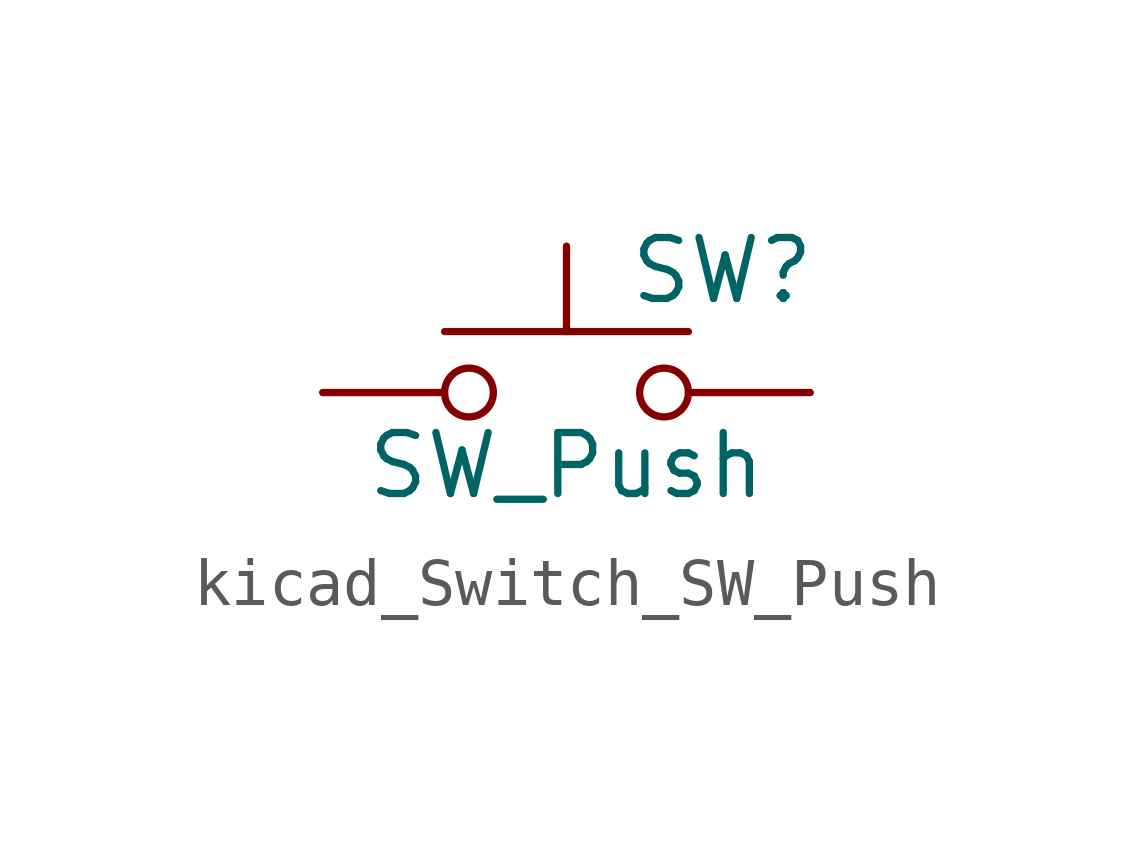
<source format=kicad_sym>
(kicad_symbol_lib
  (version 20220914)
  (generator kicad_symbol_editor)
  (symbol "kicad_Switch_SW_Push"
    (pin_numbers hide)
    (pin_names
      (offset 1.016) hide)
    (property "Reference" "SW"
      (at 1.27 2.54 0)
      (effects (font (size 1.27 1.27)) (justify left)))
    (property "Value" "SW_Push"
      (at 0 -1.524 0)
      (effects (font (size 1.27 1.27))))
    (symbol "kicad_Switch_SW_Push_0_1"
      (circle (center -2.032 0) (radius 0.508) (stroke (width 0) (type default)) (fill (type none)))
      (polyline (pts (xy 0 1.27) (xy 0 3.048)) (stroke (width 0) (type default)) (fill (type none)))
      (polyline (pts (xy 2.54 1.27) (xy -2.54 1.27)) (stroke (width 0) (type default)) (fill (type none)))
      (circle (center 2.032 0) (radius 0.508) (stroke (width 0) (type default)) (fill (type none)))
      (pin passive line (at -5.08 0 0) (length 2.54) (name "1" (effects (font (size 1.27 1.27)))) (number "1" (effects (font (size 1.27 1.27)))))
      (pin passive line (at 5.08 0 180) (length 2.54) (name "2" (effects (font (size 1.27 1.27)))) (number "2" (effects (font (size 1.27 1.27))))))))
</source>
